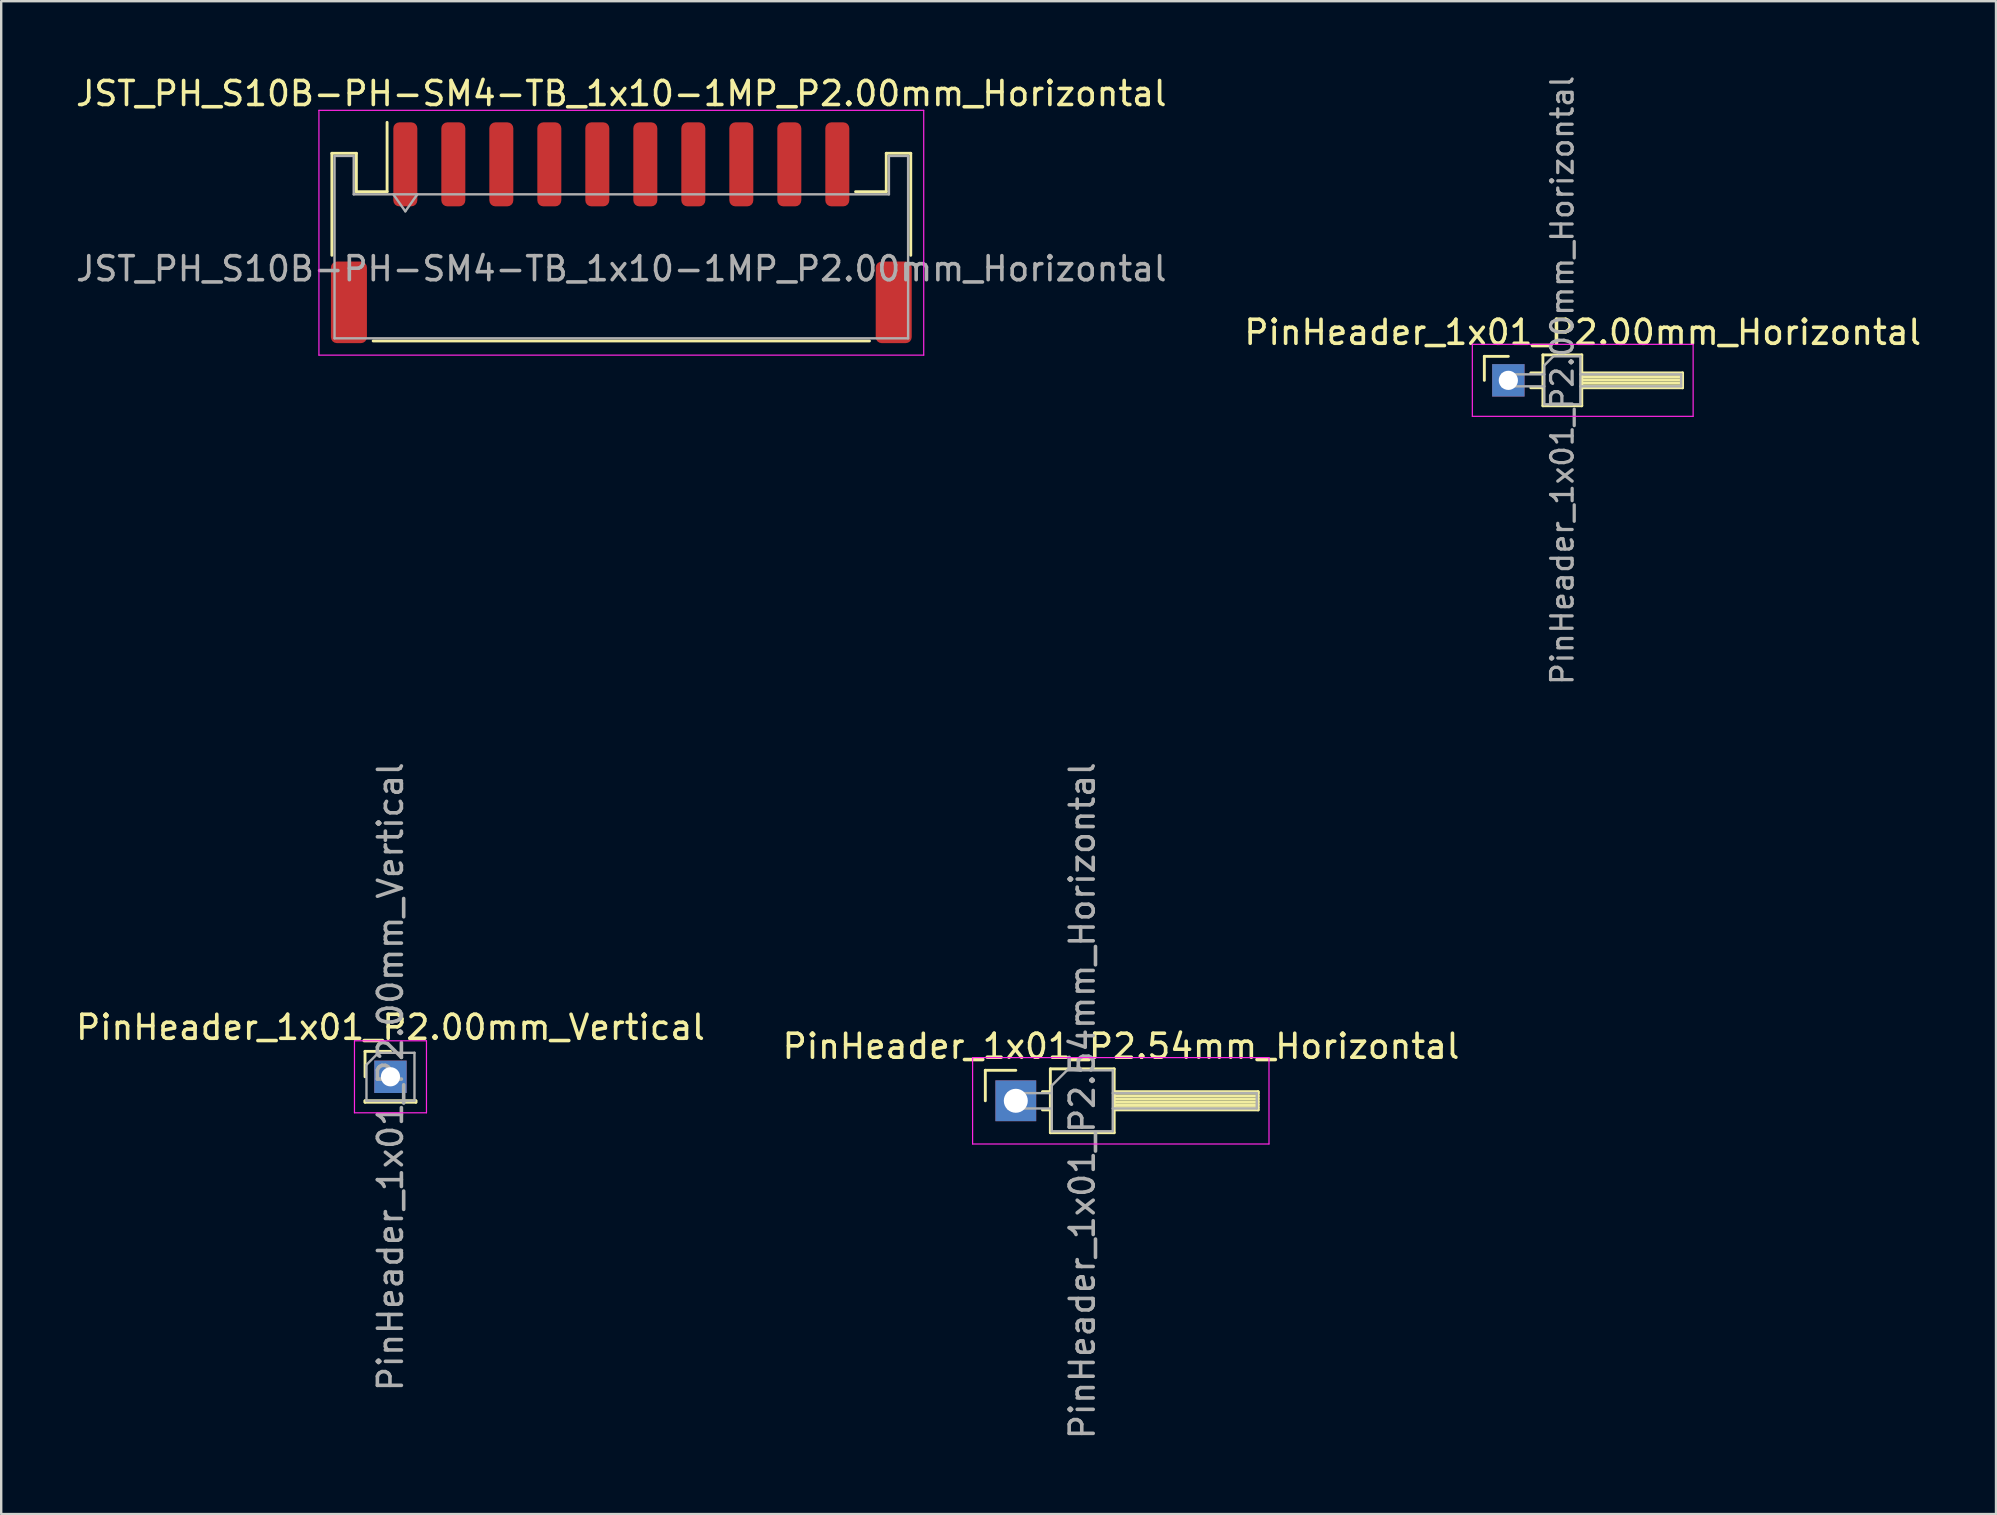
<source format=kicad_pcb>
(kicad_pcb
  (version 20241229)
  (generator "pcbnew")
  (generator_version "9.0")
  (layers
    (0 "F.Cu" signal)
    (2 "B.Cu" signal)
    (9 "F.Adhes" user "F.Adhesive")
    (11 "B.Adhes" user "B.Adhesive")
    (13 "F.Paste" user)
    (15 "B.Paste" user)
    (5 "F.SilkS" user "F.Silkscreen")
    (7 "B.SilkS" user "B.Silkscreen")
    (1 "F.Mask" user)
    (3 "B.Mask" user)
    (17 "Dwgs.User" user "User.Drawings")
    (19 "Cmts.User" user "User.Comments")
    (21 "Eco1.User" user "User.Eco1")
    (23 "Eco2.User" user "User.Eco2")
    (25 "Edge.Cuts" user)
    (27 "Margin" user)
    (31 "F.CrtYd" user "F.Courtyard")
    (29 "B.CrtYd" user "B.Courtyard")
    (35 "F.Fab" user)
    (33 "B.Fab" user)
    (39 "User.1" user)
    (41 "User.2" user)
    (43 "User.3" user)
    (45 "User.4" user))
  (footprint "JST_PH_S10B-PH-SM4-TB_1x10-1MP_P2.00mm_Horizontal"
    (layer "F.Cu")
    (at 22.839 6.648)
    (property "Reference" "JST_PH_S10B-PH-SM4-TB_1x10-1MP_P2.00mm_Horizontal" (at 0 -5.8 0) (layer "F.SilkS") (effects (font (size 1 1) (thickness 0.15))))
    (attr smd)
    (fp_line (start -12.06 -3.31) (end -11.04 -3.31) (stroke (width 0.12) (type solid)) (layer "F.SilkS"))
    (fp_line (start -12.06 0.94) (end -12.06 -3.31) (stroke (width 0.12) (type solid)) (layer "F.SilkS"))
    (fp_line (start -11.04 -3.31) (end -11.04 -1.71) (stroke (width 0.12) (type solid)) (layer "F.SilkS"))
    (fp_line (start -11.04 -1.71) (end -9.76 -1.71) (stroke (width 0.12) (type solid)) (layer "F.SilkS"))
    (fp_line (start -10.34 4.51) (end 10.34 4.51) (stroke (width 0.12) (type solid)) (layer "F.SilkS"))
    (fp_line (start -9.76 -1.71) (end -9.76 -4.6) (stroke (width 0.12) (type solid)) (layer "F.SilkS"))
    (fp_line (start 11.04 -3.31) (end 11.04 -1.71) (stroke (width 0.12) (type solid)) (layer "F.SilkS"))
    (fp_line (start 11.04 -1.71) (end 9.76 -1.71) (stroke (width 0.12) (type solid)) (layer "F.SilkS"))
    (fp_line (start 12.06 -3.31) (end 11.04 -3.31) (stroke (width 0.12) (type solid)) (layer "F.SilkS"))
    (fp_line (start 12.06 0.94) (end 12.06 -3.31) (stroke (width 0.12) (type solid)) (layer "F.SilkS"))
    (fp_line (start -12.6 -5.1) (end -12.6 5.1) (stroke (width 0.05) (type solid)) (layer "F.CrtYd"))
    (fp_line (start -12.6 5.1) (end 12.6 5.1) (stroke (width 0.05) (type solid)) (layer "F.CrtYd"))
    (fp_line (start 12.6 -5.1) (end -12.6 -5.1) (stroke (width 0.05) (type solid)) (layer "F.CrtYd"))
    (fp_line (start 12.6 5.1) (end 12.6 -5.1) (stroke (width 0.05) (type solid)) (layer "F.CrtYd"))
    (fp_line (start -11.95 -3.2) (end -11.95 4.4) (stroke (width 0.1) (type solid)) (layer "F.Fab"))
    (fp_line (start -11.95 -3.2) (end -11.15 -3.2) (stroke (width 0.1) (type solid)) (layer "F.Fab"))
    (fp_line (start -11.95 4.4) (end 11.95 4.4) (stroke (width 0.1) (type solid)) (layer "F.Fab"))
    (fp_line (start -11.15 -3.2) (end -11.15 -1.6) (stroke (width 0.1) (type solid)) (layer "F.Fab"))
    (fp_line (start -11.15 -1.6) (end 11.15 -1.6) (stroke (width 0.1) (type solid)) (layer "F.Fab"))
    (fp_line (start -9.5 -1.6) (end -9 -0.893) (stroke (width 0.1) (type solid)) (layer "F.Fab"))
    (fp_line (start -9 -0.893) (end -8.5 -1.6) (stroke (width 0.1) (type solid)) (layer "F.Fab"))
    (fp_line (start 11.15 -3.2) (end 11.95 -3.2) (stroke (width 0.1) (type solid)) (layer "F.Fab"))
    (fp_line (start 11.15 -1.6) (end 11.15 -3.2) (stroke (width 0.1) (type solid)) (layer "F.Fab"))
    (fp_line (start 11.95 -3.2) (end 11.95 4.4) (stroke (width 0.1) (type solid)) (layer "F.Fab"))
    (fp_text user "${REFERENCE}" (at 0 1.5 0) (layer "F.Fab") (effects (font (size 1 1) (thickness 0.15))))
    (pad "1" smd roundrect (at -9 -2.85) (size 1 3.5) (layers "F.Cu" "F.Mask" "F.Paste") (roundrect_rratio 0.25))
    (pad "2" smd roundrect (at -7 -2.85) (size 1 3.5) (layers "F.Cu" "F.Mask" "F.Paste") (roundrect_rratio 0.25))
    (pad "3" smd roundrect (at -5 -2.85) (size 1 3.5) (layers "F.Cu" "F.Mask" "F.Paste") (roundrect_rratio 0.25))
    (pad "4" smd roundrect (at -3 -2.85) (size 1 3.5) (layers "F.Cu" "F.Mask" "F.Paste") (roundrect_rratio 0.25))
    (pad "5" smd roundrect (at -1 -2.85) (size 1 3.5) (layers "F.Cu" "F.Mask" "F.Paste") (roundrect_rratio 0.25))
    (pad "6" smd roundrect (at 1 -2.85) (size 1 3.5) (layers "F.Cu" "F.Mask" "F.Paste") (roundrect_rratio 0.25))
    (pad "7" smd roundrect (at 3 -2.85) (size 1 3.5) (layers "F.Cu" "F.Mask" "F.Paste") (roundrect_rratio 0.25))
    (pad "8" smd roundrect (at 5 -2.85) (size 1 3.5) (layers "F.Cu" "F.Mask" "F.Paste") (roundrect_rratio 0.25))
    (pad "9" smd roundrect (at 7 -2.85) (size 1 3.5) (layers "F.Cu" "F.Mask" "F.Paste") (roundrect_rratio 0.25))
    (pad "10" smd roundrect (at 9 -2.85) (size 1 3.5) (layers "F.Cu" "F.Mask" "F.Paste") (roundrect_rratio 0.25))
    (pad "MP" smd roundrect (at -11.35 2.9) (size 1.5 3.4) (layers "F.Cu" "F.Mask" "F.Paste") (roundrect_rratio 0.167))
    (pad "MP" smd roundrect (at 11.35 2.9) (size 1.5 3.4) (layers "F.Cu" "F.Mask" "F.Paste") (roundrect_rratio 0.167)))
  (footprint "PinHeader_1x01_P2.00mm_Vertical"
    (layer "F.Cu")
    (at 13.22 41.817)
    (property "Reference" "PinHeader_1x01_P2.00mm_Vertical" (at 0 -2.06 0) (layer "F.SilkS") (effects (font (size 1 1) (thickness 0.15))))
    (attr through_hole)
    (fp_line (start -1.06 -1.06) (end 0 -1.06) (stroke (width 0.12) (type solid)) (layer "F.SilkS"))
    (fp_line (start -1.06 0) (end -1.06 -1.06) (stroke (width 0.12) (type solid)) (layer "F.SilkS"))
    (fp_line (start -1.06 1) (end -1.06 1.06) (stroke (width 0.12) (type solid)) (layer "F.SilkS"))
    (fp_line (start -1.06 1) (end 1.06 1) (stroke (width 0.12) (type solid)) (layer "F.SilkS"))
    (fp_line (start -1.06 1.06) (end 1.06 1.06) (stroke (width 0.12) (type solid)) (layer "F.SilkS"))
    (fp_line (start 1.06 1) (end 1.06 1.06) (stroke (width 0.12) (type solid)) (layer "F.SilkS"))
    (fp_line (start -1.5 -1.5) (end -1.5 1.5) (stroke (width 0.05) (type solid)) (layer "F.CrtYd"))
    (fp_line (start -1.5 1.5) (end 1.5 1.5) (stroke (width 0.05) (type solid)) (layer "F.CrtYd"))
    (fp_line (start 1.5 -1.5) (end -1.5 -1.5) (stroke (width 0.05) (type solid)) (layer "F.CrtYd"))
    (fp_line (start 1.5 1.5) (end 1.5 -1.5) (stroke (width 0.05) (type solid)) (layer "F.CrtYd"))
    (fp_line (start -1 -0.5) (end -0.5 -1) (stroke (width 0.1) (type solid)) (layer "F.Fab"))
    (fp_line (start -1 1) (end -1 -0.5) (stroke (width 0.1) (type solid)) (layer "F.Fab"))
    (fp_line (start -0.5 -1) (end 1 -1) (stroke (width 0.1) (type solid)) (layer "F.Fab"))
    (fp_line (start 1 -1) (end 1 1) (stroke (width 0.1) (type solid)) (layer "F.Fab"))
    (fp_line (start 1 1) (end -1 1) (stroke (width 0.1) (type solid)) (layer "F.Fab"))
    (fp_text user "${REFERENCE}" (at 0 0 90) (layer "F.Fab") (effects (font (size 1 1) (thickness 0.15))))
    (pad "1" thru_hole rect (at 0 0) (size 1.35 1.35) (drill 0.8) (layers "*.Cu" "*.Mask")))
  (footprint "PinHeader_1x01_P2.00mm_Horizontal"
    (layer "F.Cu")
    (at 59.799 12.798)
    (property "Reference" "PinHeader_1x01_P2.00mm_Horizontal" (at 3.1 -2 0) (layer "F.SilkS") (effects (font (size 1 1) (thickness 0.15))))
    (attr through_hole)
    (fp_line (start -1 -1) (end 0 -1) (stroke (width 0.12) (type solid)) (layer "F.SilkS"))
    (fp_line (start -1 0) (end -1 -1) (stroke (width 0.12) (type solid)) (layer "F.SilkS"))
    (fp_line (start 0.935 -0.31) (end 1.44 -0.31) (stroke (width 0.12) (type solid)) (layer "F.SilkS"))
    (fp_line (start 0.935 0.31) (end 1.44 0.31) (stroke (width 0.12) (type solid)) (layer "F.SilkS"))
    (fp_line (start 1.44 -1.06) (end 1.44 1.06) (stroke (width 0.12) (type solid)) (layer "F.SilkS"))
    (fp_line (start 1.44 1.06) (end 3.06 1.06) (stroke (width 0.12) (type solid)) (layer "F.SilkS"))
    (fp_line (start 3.06 -1.06) (end 1.44 -1.06) (stroke (width 0.12) (type solid)) (layer "F.SilkS"))
    (fp_line (start 3.06 -0.31) (end 7.26 -0.31) (stroke (width 0.12) (type solid)) (layer "F.SilkS"))
    (fp_line (start 3.06 -0.25) (end 7.26 -0.25) (stroke (width 0.12) (type solid)) (layer "F.SilkS"))
    (fp_line (start 3.06 -0.13) (end 7.26 -0.13) (stroke (width 0.12) (type solid)) (layer "F.SilkS"))
    (fp_line (start 3.06 -0.01) (end 7.26 -0.01) (stroke (width 0.12) (type solid)) (layer "F.SilkS"))
    (fp_line (start 3.06 0.11) (end 7.26 0.11) (stroke (width 0.12) (type solid)) (layer "F.SilkS"))
    (fp_line (start 3.06 0.23) (end 7.26 0.23) (stroke (width 0.12) (type solid)) (layer "F.SilkS"))
    (fp_line (start 3.06 1.06) (end 3.06 -1.06) (stroke (width 0.12) (type solid)) (layer "F.SilkS"))
    (fp_line (start 7.26 -0.31) (end 7.26 0.31) (stroke (width 0.12) (type solid)) (layer "F.SilkS"))
    (fp_line (start 7.26 0.31) (end 3.06 0.31) (stroke (width 0.12) (type solid)) (layer "F.SilkS"))
    (fp_line (start -1.5 -1.5) (end -1.5 1.5) (stroke (width 0.05) (type solid)) (layer "F.CrtYd"))
    (fp_line (start -1.5 1.5) (end 7.7 1.5) (stroke (width 0.05) (type solid)) (layer "F.CrtYd"))
    (fp_line (start 7.7 -1.5) (end -1.5 -1.5) (stroke (width 0.05) (type solid)) (layer "F.CrtYd"))
    (fp_line (start 7.7 1.5) (end 7.7 -1.5) (stroke (width 0.05) (type solid)) (layer "F.CrtYd"))
    (fp_line (start -0.25 -0.25) (end -0.25 0.25) (stroke (width 0.1) (type solid)) (layer "F.Fab"))
    (fp_line (start -0.25 -0.25) (end 1.5 -0.25) (stroke (width 0.1) (type solid)) (layer "F.Fab"))
    (fp_line (start -0.25 0.25) (end 1.5 0.25) (stroke (width 0.1) (type solid)) (layer "F.Fab"))
    (fp_line (start 1.5 -0.625) (end 1.875 -1) (stroke (width 0.1) (type solid)) (layer "F.Fab"))
    (fp_line (start 1.5 1) (end 1.5 -0.625) (stroke (width 0.1) (type solid)) (layer "F.Fab"))
    (fp_line (start 1.875 -1) (end 3 -1) (stroke (width 0.1) (type solid)) (layer "F.Fab"))
    (fp_line (start 3 -1) (end 3 1) (stroke (width 0.1) (type solid)) (layer "F.Fab"))
    (fp_line (start 3 -0.25) (end 7.2 -0.25) (stroke (width 0.1) (type solid)) (layer "F.Fab"))
    (fp_line (start 3 0.25) (end 7.2 0.25) (stroke (width 0.1) (type solid)) (layer "F.Fab"))
    (fp_line (start 3 1) (end 1.5 1) (stroke (width 0.1) (type solid)) (layer "F.Fab"))
    (fp_line (start 7.2 -0.25) (end 7.2 0.25) (stroke (width 0.1) (type solid)) (layer "F.Fab"))
    (fp_text user "${REFERENCE}" (at 2.25 0 90) (layer "F.Fab") (effects (font (size 0.9 0.9) (thickness 0.135))))
    (pad "1" thru_hole rect (at 0 0) (size 1.35 1.35) (drill 0.8) (layers "*.Cu" "*.Mask")))
  (footprint "PinHeader_1x01_P2.54mm_Horizontal"
    (layer "F.Cu")
    (at 39.276 42.817)
    (property "Reference" "PinHeader_1x01_P2.54mm_Horizontal" (at 4.385 -2.27 0) (layer "F.SilkS") (effects (font (size 1 1) (thickness 0.15))))
    (attr through_hole)
    (fp_line (start -1.27 -1.27) (end 0 -1.27) (stroke (width 0.12) (type solid)) (layer "F.SilkS"))
    (fp_line (start -1.27 0) (end -1.27 -1.27) (stroke (width 0.12) (type solid)) (layer "F.SilkS"))
    (fp_line (start 1.11 -0.38) (end 1.44 -0.38) (stroke (width 0.12) (type solid)) (layer "F.SilkS"))
    (fp_line (start 1.11 0.38) (end 1.44 0.38) (stroke (width 0.12) (type solid)) (layer "F.SilkS"))
    (fp_line (start 1.44 -1.33) (end 1.44 1.33) (stroke (width 0.12) (type solid)) (layer "F.SilkS"))
    (fp_line (start 1.44 1.33) (end 4.1 1.33) (stroke (width 0.12) (type solid)) (layer "F.SilkS"))
    (fp_line (start 4.1 -1.33) (end 1.44 -1.33) (stroke (width 0.12) (type solid)) (layer "F.SilkS"))
    (fp_line (start 4.1 -0.38) (end 10.1 -0.38) (stroke (width 0.12) (type solid)) (layer "F.SilkS"))
    (fp_line (start 4.1 -0.32) (end 10.1 -0.32) (stroke (width 0.12) (type solid)) (layer "F.SilkS"))
    (fp_line (start 4.1 -0.2) (end 10.1 -0.2) (stroke (width 0.12) (type solid)) (layer "F.SilkS"))
    (fp_line (start 4.1 -0.08) (end 10.1 -0.08) (stroke (width 0.12) (type solid)) (layer "F.SilkS"))
    (fp_line (start 4.1 0.04) (end 10.1 0.04) (stroke (width 0.12) (type solid)) (layer "F.SilkS"))
    (fp_line (start 4.1 0.16) (end 10.1 0.16) (stroke (width 0.12) (type solid)) (layer "F.SilkS"))
    (fp_line (start 4.1 0.28) (end 10.1 0.28) (stroke (width 0.12) (type solid)) (layer "F.SilkS"))
    (fp_line (start 4.1 1.33) (end 4.1 -1.33) (stroke (width 0.12) (type solid)) (layer "F.SilkS"))
    (fp_line (start 10.1 -0.38) (end 10.1 0.38) (stroke (width 0.12) (type solid)) (layer "F.SilkS"))
    (fp_line (start 10.1 0.38) (end 4.1 0.38) (stroke (width 0.12) (type solid)) (layer "F.SilkS"))
    (fp_line (start -1.8 -1.8) (end -1.8 1.8) (stroke (width 0.05) (type solid)) (layer "F.CrtYd"))
    (fp_line (start -1.8 1.8) (end 10.55 1.8) (stroke (width 0.05) (type solid)) (layer "F.CrtYd"))
    (fp_line (start 10.55 -1.8) (end -1.8 -1.8) (stroke (width 0.05) (type solid)) (layer "F.CrtYd"))
    (fp_line (start 10.55 1.8) (end 10.55 -1.8) (stroke (width 0.05) (type solid)) (layer "F.CrtYd"))
    (fp_line (start -0.32 -0.32) (end -0.32 0.32) (stroke (width 0.1) (type solid)) (layer "F.Fab"))
    (fp_line (start -0.32 -0.32) (end 1.5 -0.32) (stroke (width 0.1) (type solid)) (layer "F.Fab"))
    (fp_line (start -0.32 0.32) (end 1.5 0.32) (stroke (width 0.1) (type solid)) (layer "F.Fab"))
    (fp_line (start 1.5 -0.635) (end 2.135 -1.27) (stroke (width 0.1) (type solid)) (layer "F.Fab"))
    (fp_line (start 1.5 1.27) (end 1.5 -0.635) (stroke (width 0.1) (type solid)) (layer "F.Fab"))
    (fp_line (start 2.135 -1.27) (end 4.04 -1.27) (stroke (width 0.1) (type solid)) (layer "F.Fab"))
    (fp_line (start 4.04 -1.27) (end 4.04 1.27) (stroke (width 0.1) (type solid)) (layer "F.Fab"))
    (fp_line (start 4.04 -0.32) (end 10.04 -0.32) (stroke (width 0.1) (type solid)) (layer "F.Fab"))
    (fp_line (start 4.04 0.32) (end 10.04 0.32) (stroke (width 0.1) (type solid)) (layer "F.Fab"))
    (fp_line (start 4.04 1.27) (end 1.5 1.27) (stroke (width 0.1) (type solid)) (layer "F.Fab"))
    (fp_line (start 10.04 -0.32) (end 10.04 0.32) (stroke (width 0.1) (type solid)) (layer "F.Fab"))
    (fp_text user "${REFERENCE}" (at 2.77 0 90) (layer "F.Fab") (effects (font (size 1 1) (thickness 0.15))))
    (pad "1" thru_hole rect (at 0 0) (size 1.7 1.7) (drill 1) (layers "*.Cu" "*.Mask")))
  (gr_rect
    (start -3 -3)
    (end 80.119 60.037)
    (stroke (width 0.1) (type default))
    (fill no)
    (layer "Edge.Cuts")))
</source>
